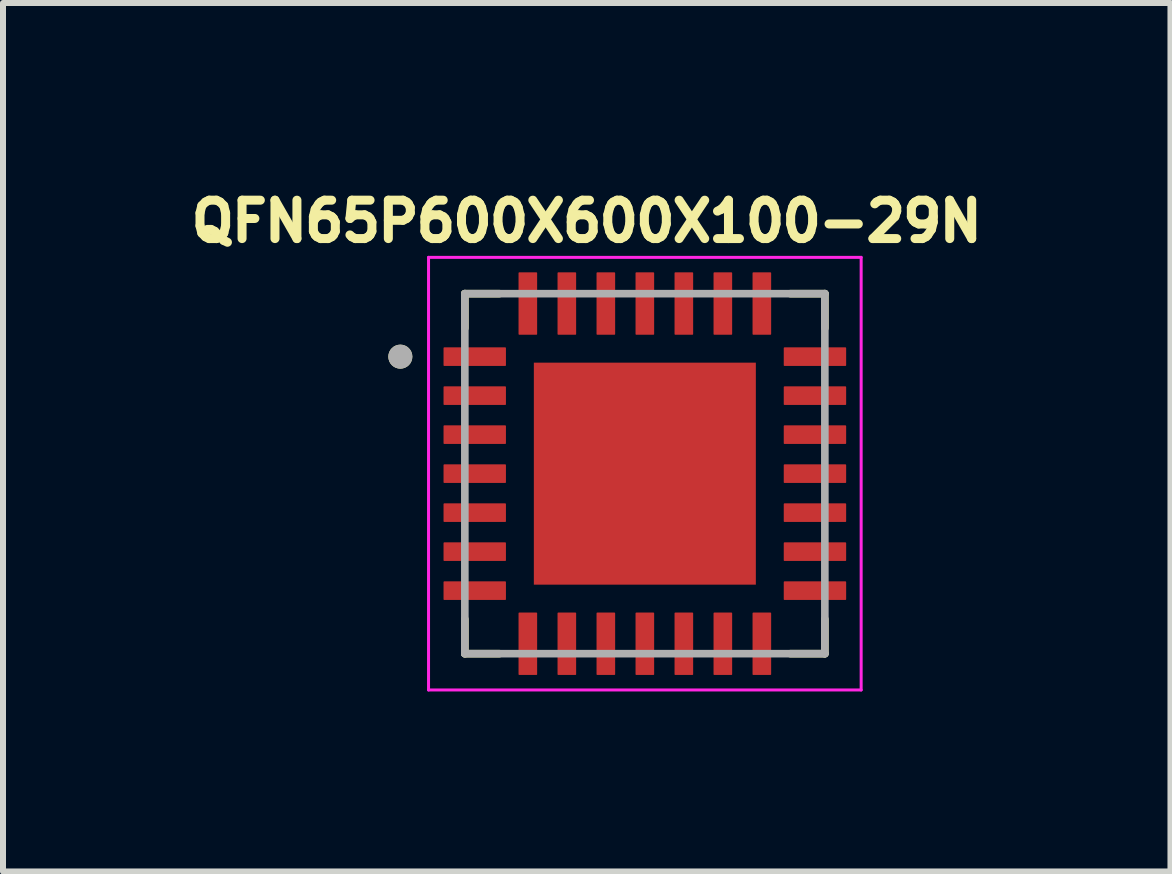
<source format=kicad_pcb>
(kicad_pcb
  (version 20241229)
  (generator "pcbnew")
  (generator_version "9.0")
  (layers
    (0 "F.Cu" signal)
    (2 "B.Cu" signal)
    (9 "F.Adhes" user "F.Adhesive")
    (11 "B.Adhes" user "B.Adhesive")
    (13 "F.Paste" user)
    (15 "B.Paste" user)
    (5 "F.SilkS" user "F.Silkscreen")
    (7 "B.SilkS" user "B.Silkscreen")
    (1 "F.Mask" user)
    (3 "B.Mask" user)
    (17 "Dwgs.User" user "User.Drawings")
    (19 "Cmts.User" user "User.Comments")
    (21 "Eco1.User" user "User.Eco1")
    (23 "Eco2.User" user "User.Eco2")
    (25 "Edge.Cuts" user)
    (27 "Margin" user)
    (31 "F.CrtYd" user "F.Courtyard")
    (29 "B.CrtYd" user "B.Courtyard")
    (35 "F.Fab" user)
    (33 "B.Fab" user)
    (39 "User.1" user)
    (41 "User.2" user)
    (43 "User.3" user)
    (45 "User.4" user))
  (footprint "QFN65P600X600X100-29N"
    (layer "F.Cu")
    (at 7.697 4.844)
    (property "Reference" "QFN65P600X600X100-29N" (at -0.968 -4.206 0) (layer "F.SilkS") (effects (font (size 0.64 0.64) (thickness 0.15))))
    (attr through_hole)
    (fp_line (start -3 -3) (end -3 -2.425) (stroke (width 0.127) (type solid)) (layer "F.SilkS"))
    (fp_line (start -3 -3) (end -2.425 -3) (stroke (width 0.127) (type solid)) (layer "F.SilkS"))
    (fp_line (start -3 3) (end -3 2.425) (stroke (width 0.127) (type solid)) (layer "F.SilkS"))
    (fp_line (start -3 3) (end -2.425 3) (stroke (width 0.127) (type solid)) (layer "F.SilkS"))
    (fp_line (start 3 -3) (end 2.425 -3) (stroke (width 0.127) (type solid)) (layer "F.SilkS"))
    (fp_line (start 3 -3) (end 3 -2.425) (stroke (width 0.127) (type solid)) (layer "F.SilkS"))
    (fp_line (start 3 3) (end 2.425 3) (stroke (width 0.127) (type solid)) (layer "F.SilkS"))
    (fp_line (start 3 3) (end 3 2.425) (stroke (width 0.127) (type solid)) (layer "F.SilkS"))
    (fp_circle (center -4.075 -1.95) (end -3.975 -1.95) (stroke (width 0.2) (type solid)) (fill no) (layer "F.SilkS"))
    (fp_poly (pts (xy -1.17 -1.17) (xy 1.17 -1.17) (xy 1.17 1.17) (xy -1.17 1.17)) (stroke (width 0.01) (type solid)) (fill yes) (layer "F.Paste"))
    (fp_line (start -3.605 -3.605) (end 3.605 -3.605) (stroke (width 0.05) (type solid)) (layer "F.CrtYd"))
    (fp_line (start -3.605 3.605) (end -3.605 -3.605) (stroke (width 0.05) (type solid)) (layer "F.CrtYd"))
    (fp_line (start -3.605 3.605) (end 3.605 3.605) (stroke (width 0.05) (type solid)) (layer "F.CrtYd"))
    (fp_line (start 3.605 3.605) (end 3.605 -3.605) (stroke (width 0.05) (type solid)) (layer "F.CrtYd"))
    (fp_line (start -3 3) (end -3 -3) (stroke (width 0.127) (type solid)) (layer "F.Fab"))
    (fp_line (start 3 -3) (end -3 -3) (stroke (width 0.127) (type solid)) (layer "F.Fab"))
    (fp_line (start 3 3) (end -3 3) (stroke (width 0.127) (type solid)) (layer "F.Fab"))
    (fp_line (start 3 3) (end 3 -3) (stroke (width 0.127) (type solid)) (layer "F.Fab"))
    (fp_circle (center -4.075 -1.95) (end -3.975 -1.95) (stroke (width 0.2) (type solid)) (fill no) (layer "F.Fab"))
    (pad "1" smd roundrect (at -2.835 -1.95) (size 1.04 0.31) (layers "F.Cu" "F.Mask" "F.Paste") (roundrect_rratio 0.04))
    (pad "2" smd roundrect (at -2.835 -1.3) (size 1.04 0.31) (layers "F.Cu" "F.Mask" "F.Paste") (roundrect_rratio 0.04))
    (pad "3" smd roundrect (at -2.835 -0.65) (size 1.04 0.31) (layers "F.Cu" "F.Mask" "F.Paste") (roundrect_rratio 0.04))
    (pad "4" smd roundrect (at -2.835 0) (size 1.04 0.31) (layers "F.Cu" "F.Mask" "F.Paste") (roundrect_rratio 0.04))
    (pad "5" smd roundrect (at -2.835 0.65) (size 1.04 0.31) (layers "F.Cu" "F.Mask" "F.Paste") (roundrect_rratio 0.04))
    (pad "6" smd roundrect (at -2.835 1.3) (size 1.04 0.31) (layers "F.Cu" "F.Mask" "F.Paste") (roundrect_rratio 0.04))
    (pad "7" smd roundrect (at -2.835 1.95) (size 1.04 0.31) (layers "F.Cu" "F.Mask" "F.Paste") (roundrect_rratio 0.04))
    (pad "8" smd roundrect (at -1.95 2.835 90) (size 1.04 0.31) (layers "F.Cu" "F.Mask" "F.Paste") (roundrect_rratio 0.04))
    (pad "9" smd roundrect (at -1.3 2.835 90) (size 1.04 0.31) (layers "F.Cu" "F.Mask" "F.Paste") (roundrect_rratio 0.04))
    (pad "10" smd roundrect (at -0.65 2.835 90) (size 1.04 0.31) (layers "F.Cu" "F.Mask" "F.Paste") (roundrect_rratio 0.04))
    (pad "11" smd roundrect (at 0 2.835 90) (size 1.04 0.31) (layers "F.Cu" "F.Mask" "F.Paste") (roundrect_rratio 0.04))
    (pad "12" smd roundrect (at 0.65 2.835 90) (size 1.04 0.31) (layers "F.Cu" "F.Mask" "F.Paste") (roundrect_rratio 0.04))
    (pad "13" smd roundrect (at 1.3 2.835 90) (size 1.04 0.31) (layers "F.Cu" "F.Mask" "F.Paste") (roundrect_rratio 0.04))
    (pad "14" smd roundrect (at 1.95 2.835 90) (size 1.04 0.31) (layers "F.Cu" "F.Mask" "F.Paste") (roundrect_rratio 0.04))
    (pad "15" smd roundrect (at 2.835 1.95) (size 1.04 0.31) (layers "F.Cu" "F.Mask" "F.Paste") (roundrect_rratio 0.04))
    (pad "16" smd roundrect (at 2.835 1.3) (size 1.04 0.31) (layers "F.Cu" "F.Mask" "F.Paste") (roundrect_rratio 0.04))
    (pad "17" smd roundrect (at 2.835 0.65) (size 1.04 0.31) (layers "F.Cu" "F.Mask" "F.Paste") (roundrect_rratio 0.04))
    (pad "18" smd roundrect (at 2.835 0) (size 1.04 0.31) (layers "F.Cu" "F.Mask" "F.Paste") (roundrect_rratio 0.04))
    (pad "19" smd roundrect (at 2.835 -0.65) (size 1.04 0.31) (layers "F.Cu" "F.Mask" "F.Paste") (roundrect_rratio 0.04))
    (pad "20" smd roundrect (at 2.835 -1.3) (size 1.04 0.31) (layers "F.Cu" "F.Mask" "F.Paste") (roundrect_rratio 0.04))
    (pad "21" smd roundrect (at 2.835 -1.95) (size 1.04 0.31) (layers "F.Cu" "F.Mask" "F.Paste") (roundrect_rratio 0.04))
    (pad "22" smd roundrect (at 1.95 -2.835 90) (size 1.04 0.31) (layers "F.Cu" "F.Mask" "F.Paste") (roundrect_rratio 0.04))
    (pad "23" smd roundrect (at 1.3 -2.835 90) (size 1.04 0.31) (layers "F.Cu" "F.Mask" "F.Paste") (roundrect_rratio 0.04))
    (pad "24" smd roundrect (at 0.65 -2.835 90) (size 1.04 0.31) (layers "F.Cu" "F.Mask" "F.Paste") (roundrect_rratio 0.04))
    (pad "25" smd roundrect (at 0 -2.835 90) (size 1.04 0.31) (layers "F.Cu" "F.Mask" "F.Paste") (roundrect_rratio 0.04))
    (pad "26" smd roundrect (at -0.65 -2.835 90) (size 1.04 0.31) (layers "F.Cu" "F.Mask" "F.Paste") (roundrect_rratio 0.04))
    (pad "27" smd roundrect (at -1.3 -2.835 90) (size 1.04 0.31) (layers "F.Cu" "F.Mask" "F.Paste") (roundrect_rratio 0.04))
    (pad "28" smd roundrect (at -1.95 -2.835 90) (size 1.04 0.31) (layers "F.Cu" "F.Mask" "F.Paste") (roundrect_rratio 0.04))
    (pad "29" smd rect (at 0 0) (size 3.7 3.7) (layers "F.Cu" "F.Mask")))
  (gr_rect
    (start -3 -3)
    (end 16.457 11.474)
    (stroke (width 0.1) (type default))
    (fill no)
    (layer "Edge.Cuts")))
</source>
